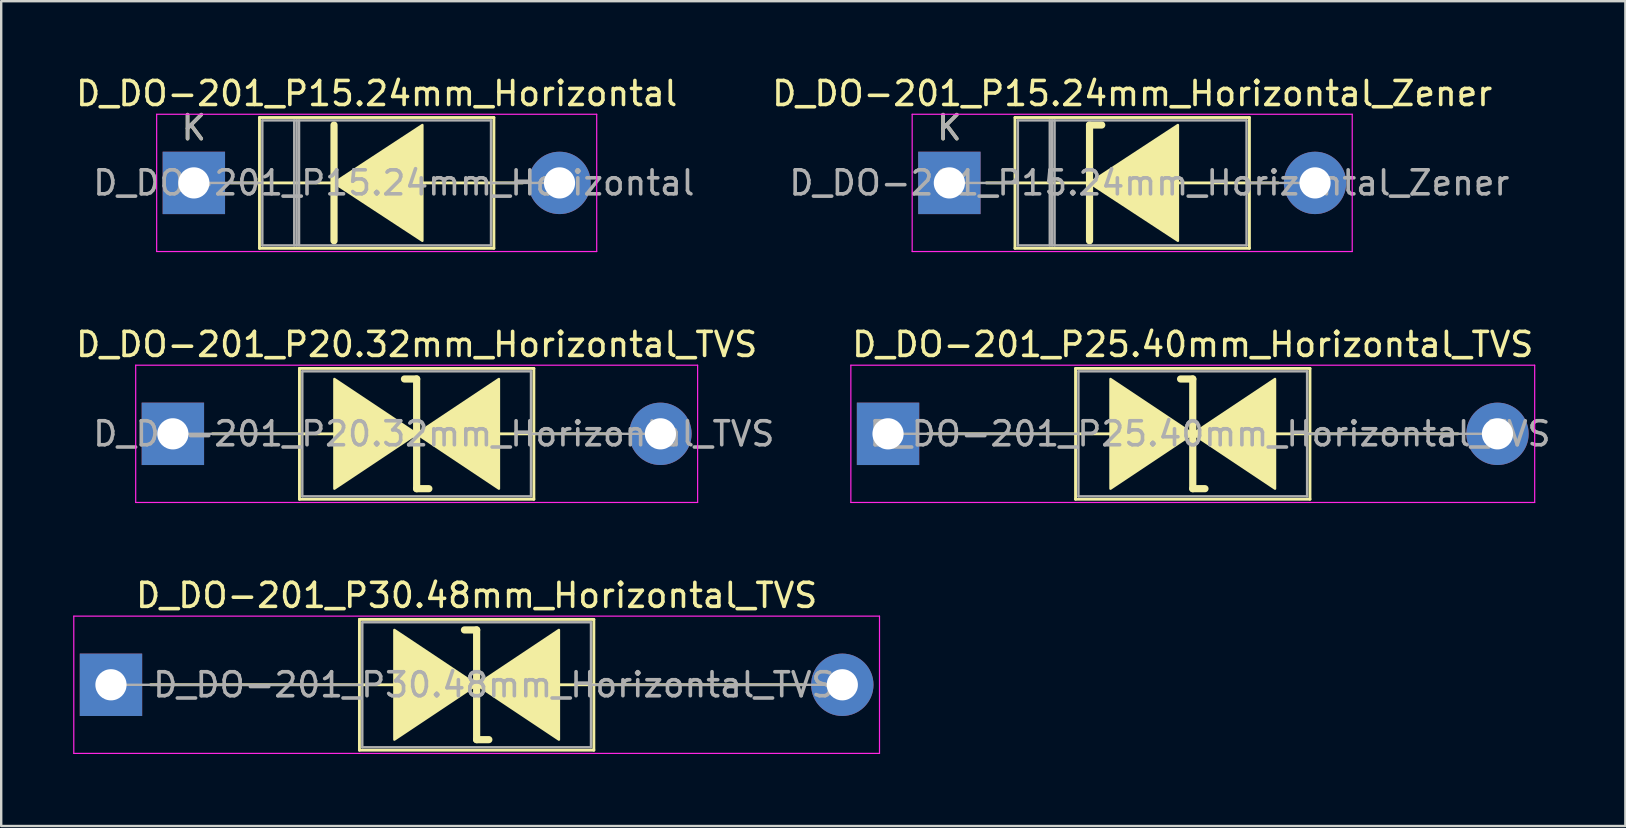
<source format=kicad_pcb>
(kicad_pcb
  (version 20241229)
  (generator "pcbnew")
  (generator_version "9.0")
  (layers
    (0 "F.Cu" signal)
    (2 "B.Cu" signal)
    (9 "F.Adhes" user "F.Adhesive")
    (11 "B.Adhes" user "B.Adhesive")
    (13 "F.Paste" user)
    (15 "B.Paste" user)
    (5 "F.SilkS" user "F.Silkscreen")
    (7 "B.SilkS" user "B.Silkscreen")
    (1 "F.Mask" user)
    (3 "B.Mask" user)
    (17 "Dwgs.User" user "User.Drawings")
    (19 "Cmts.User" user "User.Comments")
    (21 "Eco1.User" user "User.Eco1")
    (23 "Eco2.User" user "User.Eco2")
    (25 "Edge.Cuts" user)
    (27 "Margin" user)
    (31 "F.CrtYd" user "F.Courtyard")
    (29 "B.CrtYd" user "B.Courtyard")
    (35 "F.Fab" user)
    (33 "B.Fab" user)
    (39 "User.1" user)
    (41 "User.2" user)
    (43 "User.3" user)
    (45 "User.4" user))
  (footprint "D_DO-201_P25.40mm_Horizontal_TVS"
    (layer "F.Cu")
    (at 33.961 15.031)
    (property "Reference" "D_DO-201_P25.40mm_Horizontal_TVS" (at 12.7 -3.725 0) (layer "F.SilkS") (effects (font (size 1 1) (thickness 0.15))))
    (attr through_hole)
    (fp_line (start 1.651 0) (end 7.815 0) (stroke (width 0.12) (type solid)) (layer "F.SilkS"))
    (fp_line (start 7.815 -2.725) (end 7.815 2.725) (stroke (width 0.12) (type solid)) (layer "F.SilkS"))
    (fp_line (start 7.815 0) (end 9.271 0) (stroke (width 0.12) (type solid)) (layer "F.SilkS"))
    (fp_line (start 7.815 2.725) (end 17.585 2.725) (stroke (width 0.12) (type solid)) (layer "F.SilkS"))
    (fp_line (start 12.7 -2.286) (end 12.192 -2.286) (stroke (width 0.3) (type solid)) (layer "F.SilkS"))
    (fp_line (start 12.7 2.286) (end 12.7 -2.286) (stroke (width 0.3) (type solid)) (layer "F.SilkS"))
    (fp_line (start 13.208 2.286) (end 12.7 2.286) (stroke (width 0.3) (type solid)) (layer "F.SilkS"))
    (fp_line (start 16.129 0) (end 17.585 0) (stroke (width 0.12) (type solid)) (layer "F.SilkS"))
    (fp_line (start 17.585 -2.725) (end 7.815 -2.725) (stroke (width 0.12) (type solid)) (layer "F.SilkS"))
    (fp_line (start 17.585 2.725) (end 17.585 -2.725) (stroke (width 0.12) (type solid)) (layer "F.SilkS"))
    (fp_line (start 23.749 0) (end 17.585 0) (stroke (width 0.12) (type solid)) (layer "F.SilkS"))
    (fp_poly (pts (xy 12.7 0) (xy 9.271 2.286) (xy 9.271 -2.286)) (stroke (width 0.1) (type solid)) (fill yes) (layer "F.SilkS"))
    (fp_poly (pts (xy 12.7 0) (xy 16.129 -2.286) (xy 16.129 2.286)) (stroke (width 0.1) (type solid)) (fill yes) (layer "F.SilkS"))
    (fp_line (start -1.55 -2.86) (end -1.55 2.86) (stroke (width 0.05) (type solid)) (layer "F.CrtYd"))
    (fp_line (start -1.55 2.86) (end 26.95 2.86) (stroke (width 0.05) (type solid)) (layer "F.CrtYd"))
    (fp_line (start 26.95 -2.86) (end -1.55 -2.86) (stroke (width 0.05) (type solid)) (layer "F.CrtYd"))
    (fp_line (start 26.95 2.86) (end 26.95 -2.86) (stroke (width 0.05) (type solid)) (layer "F.CrtYd"))
    (fp_line (start 0 0) (end 7.935 0) (stroke (width 0.1) (type solid)) (layer "F.Fab"))
    (fp_line (start 7.935 -2.605) (end 7.935 2.605) (stroke (width 0.1) (type solid)) (layer "F.Fab"))
    (fp_line (start 7.935 2.605) (end 17.465 2.605) (stroke (width 0.1) (type solid)) (layer "F.Fab"))
    (fp_line (start 17.465 -2.605) (end 7.935 -2.605) (stroke (width 0.1) (type solid)) (layer "F.Fab"))
    (fp_line (start 17.465 2.605) (end 17.465 -2.605) (stroke (width 0.1) (type solid)) (layer "F.Fab"))
    (fp_line (start 25.4 0) (end 17.465 0) (stroke (width 0.1) (type solid)) (layer "F.Fab"))
    (fp_text user "${REFERENCE}" (at 13.415 0 0) (layer "F.Fab") (effects (font (size 1 1) (thickness 0.15))))
    (pad "1" thru_hole rect (at 0 0) (size 2.6 2.6) (drill 1.3) (layers "*.Cu" "*.Mask"))
    (pad "2" thru_hole oval (at 25.4 0) (size 2.6 2.6) (drill 1.3) (layers "*.Cu" "*.Mask")))
  (footprint "D_DO-201_P15.24mm_Horizontal"
    (layer "F.Cu")
    (at 5.029 4.573)
    (property "Reference" "D_DO-201_P15.24mm_Horizontal" (at 7.62 -3.725 0) (layer "F.SilkS") (effects (font (size 1 1) (thickness 0.15))))
    (attr through_hole)
    (fp_line (start 1.54 0) (end 2.735 0) (stroke (width 0.12) (type solid)) (layer "F.SilkS"))
    (fp_line (start 2.735 -2.725) (end 2.735 2.725) (stroke (width 0.12) (type solid)) (layer "F.SilkS"))
    (fp_line (start 2.735 2.725) (end 12.505 2.725) (stroke (width 0.12) (type solid)) (layer "F.SilkS"))
    (fp_line (start 5.842 -2.413) (end 5.842 2.413) (stroke (width 0.3) (type solid)) (layer "F.SilkS"))
    (fp_line (start 5.842 0) (end 2.735 0) (stroke (width 0.12) (type solid)) (layer "F.SilkS"))
    (fp_line (start 9.525 0) (end 12.505 0) (stroke (width 0.12) (type solid)) (layer "F.SilkS"))
    (fp_line (start 12.505 -2.725) (end 2.735 -2.725) (stroke (width 0.12) (type solid)) (layer "F.SilkS"))
    (fp_line (start 12.505 2.725) (end 12.505 -2.725) (stroke (width 0.12) (type solid)) (layer "F.SilkS"))
    (fp_line (start 13.7 0) (end 12.505 0) (stroke (width 0.12) (type solid)) (layer "F.SilkS"))
    (fp_poly (pts (xy 9.525 2.413) (xy 5.842 0) (xy 9.525 -2.413)) (stroke (width 0.1) (type solid)) (fill yes) (layer "F.SilkS"))
    (fp_line (start -1.55 -2.86) (end -1.55 2.86) (stroke (width 0.05) (type solid)) (layer "F.CrtYd"))
    (fp_line (start -1.55 2.86) (end 16.79 2.86) (stroke (width 0.05) (type solid)) (layer "F.CrtYd"))
    (fp_line (start 16.79 -2.86) (end -1.55 -2.86) (stroke (width 0.05) (type solid)) (layer "F.CrtYd"))
    (fp_line (start 16.79 2.86) (end 16.79 -2.86) (stroke (width 0.05) (type solid)) (layer "F.CrtYd"))
    (fp_line (start 0 0) (end 2.855 0) (stroke (width 0.1) (type solid)) (layer "F.Fab"))
    (fp_line (start 2.855 -2.605) (end 2.855 2.605) (stroke (width 0.1) (type solid)) (layer "F.Fab"))
    (fp_line (start 2.855 2.605) (end 12.385 2.605) (stroke (width 0.1) (type solid)) (layer "F.Fab"))
    (fp_line (start 4.184 -2.605) (end 4.184 2.605) (stroke (width 0.1) (type solid)) (layer "F.Fab"))
    (fp_line (start 4.285 -2.605) (end 4.285 2.605) (stroke (width 0.1) (type solid)) (layer "F.Fab"))
    (fp_line (start 4.385 -2.605) (end 4.385 2.605) (stroke (width 0.1) (type solid)) (layer "F.Fab"))
    (fp_line (start 12.385 -2.605) (end 2.855 -2.605) (stroke (width 0.1) (type solid)) (layer "F.Fab"))
    (fp_line (start 12.385 2.605) (end 12.385 -2.605) (stroke (width 0.1) (type solid)) (layer "F.Fab"))
    (fp_line (start 15.24 0) (end 12.385 0) (stroke (width 0.1) (type solid)) (layer "F.Fab"))
    (fp_text user "K" (at 0 -2.3 0) (layer "F.SilkS") (effects (font (size 1 1) (thickness 0.15))))
    (fp_text user "${REFERENCE}" (at 8.335 0 0) (layer "F.Fab") (effects (font (size 1 1) (thickness 0.15))))
    (fp_text user "K" (at 0 -2.3 0) (layer "F.Fab") (effects (font (size 1 1) (thickness 0.15))))
    (pad "1" thru_hole rect (at 0 0) (size 2.6 2.6) (drill 1.3) (layers "*.Cu" "*.Mask"))
    (pad "2" thru_hole oval (at 15.24 0) (size 2.6 2.6) (drill 1.3) (layers "*.Cu" "*.Mask")))
  (footprint "D_DO-201_P15.24mm_Horizontal_Zener"
    (layer "F.Cu")
    (at 36.517 4.573)
    (property "Reference" "D_DO-201_P15.24mm_Horizontal_Zener" (at 7.62 -3.725 0) (layer "F.SilkS") (effects (font (size 1 1) (thickness 0.15))))
    (attr through_hole)
    (fp_line (start 1.54 0) (end 2.735 0) (stroke (width 0.12) (type solid)) (layer "F.SilkS"))
    (fp_line (start 2.735 -2.725) (end 2.735 2.725) (stroke (width 0.12) (type solid)) (layer "F.SilkS"))
    (fp_line (start 2.735 2.725) (end 12.505 2.725) (stroke (width 0.12) (type solid)) (layer "F.SilkS"))
    (fp_line (start 5.842 -2.413) (end 5.842 2.413) (stroke (width 0.3) (type solid)) (layer "F.SilkS"))
    (fp_line (start 5.842 -2.413) (end 6.35 -2.413) (stroke (width 0.3) (type solid)) (layer "F.SilkS"))
    (fp_line (start 5.842 0) (end 2.735 0) (stroke (width 0.12) (type solid)) (layer "F.SilkS"))
    (fp_line (start 9.525 0) (end 12.505 0) (stroke (width 0.12) (type solid)) (layer "F.SilkS"))
    (fp_line (start 12.505 -2.725) (end 2.735 -2.725) (stroke (width 0.12) (type solid)) (layer "F.SilkS"))
    (fp_line (start 12.505 2.725) (end 12.505 -2.725) (stroke (width 0.12) (type solid)) (layer "F.SilkS"))
    (fp_line (start 13.7 0) (end 12.505 0) (stroke (width 0.12) (type solid)) (layer "F.SilkS"))
    (fp_poly (pts (xy 9.525 2.413) (xy 5.842 0) (xy 9.525 -2.413)) (stroke (width 0.1) (type solid)) (fill yes) (layer "F.SilkS"))
    (fp_line (start -1.55 -2.86) (end -1.55 2.86) (stroke (width 0.05) (type solid)) (layer "F.CrtYd"))
    (fp_line (start -1.55 2.86) (end 16.79 2.86) (stroke (width 0.05) (type solid)) (layer "F.CrtYd"))
    (fp_line (start 16.79 -2.86) (end -1.55 -2.86) (stroke (width 0.05) (type solid)) (layer "F.CrtYd"))
    (fp_line (start 16.79 2.86) (end 16.79 -2.86) (stroke (width 0.05) (type solid)) (layer "F.CrtYd"))
    (fp_line (start 0 0) (end 2.855 0) (stroke (width 0.1) (type solid)) (layer "F.Fab"))
    (fp_line (start 2.855 -2.605) (end 2.855 2.605) (stroke (width 0.1) (type solid)) (layer "F.Fab"))
    (fp_line (start 2.855 2.605) (end 12.385 2.605) (stroke (width 0.1) (type solid)) (layer "F.Fab"))
    (fp_line (start 4.184 -2.605) (end 4.184 2.605) (stroke (width 0.1) (type solid)) (layer "F.Fab"))
    (fp_line (start 4.285 -2.605) (end 4.285 2.605) (stroke (width 0.1) (type solid)) (layer "F.Fab"))
    (fp_line (start 4.385 -2.605) (end 4.385 2.605) (stroke (width 0.1) (type solid)) (layer "F.Fab"))
    (fp_line (start 12.385 -2.605) (end 2.855 -2.605) (stroke (width 0.1) (type solid)) (layer "F.Fab"))
    (fp_line (start 12.385 2.605) (end 12.385 -2.605) (stroke (width 0.1) (type solid)) (layer "F.Fab"))
    (fp_line (start 15.24 0) (end 12.385 0) (stroke (width 0.1) (type solid)) (layer "F.Fab"))
    (fp_text user "K" (at 0 -2.3 0) (layer "F.SilkS") (effects (font (size 1 1) (thickness 0.15))))
    (fp_text user "K" (at 0 -2.3 0) (layer "F.Fab") (effects (font (size 1 1) (thickness 0.15))))
    (fp_text user "${REFERENCE}" (at 8.335 0 0) (layer "F.Fab") (effects (font (size 1 1) (thickness 0.15))))
    (pad "1" thru_hole rect (at 0 0) (size 2.6 2.6) (drill 1.3) (layers "*.Cu" "*.Mask"))
    (pad "2" thru_hole oval (at 15.24 0) (size 2.6 2.6) (drill 1.3) (layers "*.Cu" "*.Mask")))
  (footprint "D_DO-201_P30.48mm_Horizontal_TVS"
    (layer "F.Cu")
    (at 1.575 25.49)
    (property "Reference" "D_DO-201_P30.48mm_Horizontal_TVS" (at 15.24 -3.725 0) (layer "F.SilkS") (effects (font (size 1 1) (thickness 0.15))))
    (attr through_hole)
    (fp_line (start 1.651 0) (end 10.355 0) (stroke (width 0.12) (type solid)) (layer "F.SilkS"))
    (fp_line (start 10.355 -2.725) (end 10.355 2.725) (stroke (width 0.12) (type solid)) (layer "F.SilkS"))
    (fp_line (start 10.355 0) (end 11.811 0) (stroke (width 0.12) (type solid)) (layer "F.SilkS"))
    (fp_line (start 10.355 2.725) (end 20.125 2.725) (stroke (width 0.12) (type solid)) (layer "F.SilkS"))
    (fp_line (start 15.24 -2.286) (end 14.732 -2.286) (stroke (width 0.3) (type solid)) (layer "F.SilkS"))
    (fp_line (start 15.24 2.286) (end 15.24 -2.286) (stroke (width 0.3) (type solid)) (layer "F.SilkS"))
    (fp_line (start 15.748 2.286) (end 15.24 2.286) (stroke (width 0.3) (type solid)) (layer "F.SilkS"))
    (fp_line (start 18.669 0) (end 20.125 0) (stroke (width 0.12) (type solid)) (layer "F.SilkS"))
    (fp_line (start 20.125 -2.725) (end 10.355 -2.725) (stroke (width 0.12) (type solid)) (layer "F.SilkS"))
    (fp_line (start 20.125 2.725) (end 20.125 -2.725) (stroke (width 0.12) (type solid)) (layer "F.SilkS"))
    (fp_line (start 28.829 0) (end 20.125 0) (stroke (width 0.12) (type solid)) (layer "F.SilkS"))
    (fp_poly (pts (xy 15.24 0) (xy 11.811 2.286) (xy 11.811 -2.286)) (stroke (width 0.1) (type solid)) (fill yes) (layer "F.SilkS"))
    (fp_poly (pts (xy 15.24 0) (xy 18.669 -2.286) (xy 18.669 2.286)) (stroke (width 0.1) (type solid)) (fill yes) (layer "F.SilkS"))
    (fp_line (start -1.55 -2.86) (end -1.55 2.86) (stroke (width 0.05) (type solid)) (layer "F.CrtYd"))
    (fp_line (start -1.55 2.86) (end 32.03 2.86) (stroke (width 0.05) (type solid)) (layer "F.CrtYd"))
    (fp_line (start 32.03 -2.86) (end -1.55 -2.86) (stroke (width 0.05) (type solid)) (layer "F.CrtYd"))
    (fp_line (start 32.03 2.86) (end 32.03 -2.86) (stroke (width 0.05) (type solid)) (layer "F.CrtYd"))
    (fp_line (start 0 0) (end 10.475 0) (stroke (width 0.1) (type solid)) (layer "F.Fab"))
    (fp_line (start 10.475 -2.605) (end 10.475 2.605) (stroke (width 0.1) (type solid)) (layer "F.Fab"))
    (fp_line (start 10.475 2.605) (end 20.005 2.605) (stroke (width 0.1) (type solid)) (layer "F.Fab"))
    (fp_line (start 20.005 -2.605) (end 10.475 -2.605) (stroke (width 0.1) (type solid)) (layer "F.Fab"))
    (fp_line (start 20.005 2.605) (end 20.005 -2.605) (stroke (width 0.1) (type solid)) (layer "F.Fab"))
    (fp_line (start 30.48 0) (end 20.005 0) (stroke (width 0.1) (type solid)) (layer "F.Fab"))
    (fp_text user "${REFERENCE}" (at 15.955 0 0) (layer "F.Fab") (effects (font (size 1 1) (thickness 0.15))))
    (pad "1" thru_hole rect (at 0 0) (size 2.6 2.6) (drill 1.3) (layers "*.Cu" "*.Mask"))
    (pad "2" thru_hole oval (at 30.48 0) (size 2.6 2.6) (drill 1.3) (layers "*.Cu" "*.Mask")))
  (footprint "D_DO-201_P20.32mm_Horizontal_TVS"
    (layer "F.Cu")
    (at 4.155 15.031)
    (property "Reference" "D_DO-201_P20.32mm_Horizontal_TVS" (at 10.16 -3.725 0) (layer "F.SilkS") (effects (font (size 1 1) (thickness 0.15))))
    (attr through_hole)
    (fp_line (start 1.651 0) (end 5.275 0) (stroke (width 0.12) (type solid)) (layer "F.SilkS"))
    (fp_line (start 5.275 -2.725) (end 5.275 2.725) (stroke (width 0.12) (type solid)) (layer "F.SilkS"))
    (fp_line (start 5.275 0) (end 6.731 0) (stroke (width 0.12) (type solid)) (layer "F.SilkS"))
    (fp_line (start 5.275 2.725) (end 15.045 2.725) (stroke (width 0.12) (type solid)) (layer "F.SilkS"))
    (fp_line (start 10.16 -2.286) (end 9.652 -2.286) (stroke (width 0.3) (type solid)) (layer "F.SilkS"))
    (fp_line (start 10.16 2.286) (end 10.16 -2.286) (stroke (width 0.3) (type solid)) (layer "F.SilkS"))
    (fp_line (start 10.668 2.286) (end 10.16 2.286) (stroke (width 0.3) (type solid)) (layer "F.SilkS"))
    (fp_line (start 13.589 0) (end 15.045 0) (stroke (width 0.12) (type solid)) (layer "F.SilkS"))
    (fp_line (start 15.045 -2.725) (end 5.275 -2.725) (stroke (width 0.12) (type solid)) (layer "F.SilkS"))
    (fp_line (start 15.045 2.725) (end 15.045 -2.725) (stroke (width 0.12) (type solid)) (layer "F.SilkS"))
    (fp_line (start 18.669 0) (end 15.045 0) (stroke (width 0.12) (type solid)) (layer "F.SilkS"))
    (fp_poly (pts (xy 10.16 0) (xy 6.731 2.286) (xy 6.731 -2.286)) (stroke (width 0.1) (type solid)) (fill yes) (layer "F.SilkS"))
    (fp_poly (pts (xy 10.16 0) (xy 13.589 -2.286) (xy 13.589 2.286)) (stroke (width 0.1) (type solid)) (fill yes) (layer "F.SilkS"))
    (fp_line (start -1.55 -2.86) (end -1.55 2.86) (stroke (width 0.05) (type solid)) (layer "F.CrtYd"))
    (fp_line (start -1.55 2.86) (end 21.87 2.86) (stroke (width 0.05) (type solid)) (layer "F.CrtYd"))
    (fp_line (start 21.87 -2.86) (end -1.55 -2.86) (stroke (width 0.05) (type solid)) (layer "F.CrtYd"))
    (fp_line (start 21.87 2.86) (end 21.87 -2.86) (stroke (width 0.05) (type solid)) (layer "F.CrtYd"))
    (fp_line (start 0 0) (end 5.395 0) (stroke (width 0.1) (type solid)) (layer "F.Fab"))
    (fp_line (start 5.395 -2.605) (end 5.395 2.605) (stroke (width 0.1) (type solid)) (layer "F.Fab"))
    (fp_line (start 5.395 2.605) (end 14.925 2.605) (stroke (width 0.1) (type solid)) (layer "F.Fab"))
    (fp_line (start 14.925 -2.605) (end 5.395 -2.605) (stroke (width 0.1) (type solid)) (layer "F.Fab"))
    (fp_line (start 14.925 2.605) (end 14.925 -2.605) (stroke (width 0.1) (type solid)) (layer "F.Fab"))
    (fp_line (start 20.32 0) (end 14.925 0) (stroke (width 0.1) (type solid)) (layer "F.Fab"))
    (fp_text user "${REFERENCE}" (at 10.875 0 0) (layer "F.Fab") (effects (font (size 1 1) (thickness 0.15))))
    (pad "1" thru_hole rect (at 0 0) (size 2.6 2.6) (drill 1.3) (layers "*.Cu" "*.Mask"))
    (pad "2" thru_hole oval (at 20.32 0) (size 2.6 2.6) (drill 1.3) (layers "*.Cu" "*.Mask")))
  (gr_rect
    (start -3 -3)
    (end 64.691 31.375)
    (stroke (width 0.1) (type default))
    (fill no)
    (layer "Edge.Cuts")))
</source>
